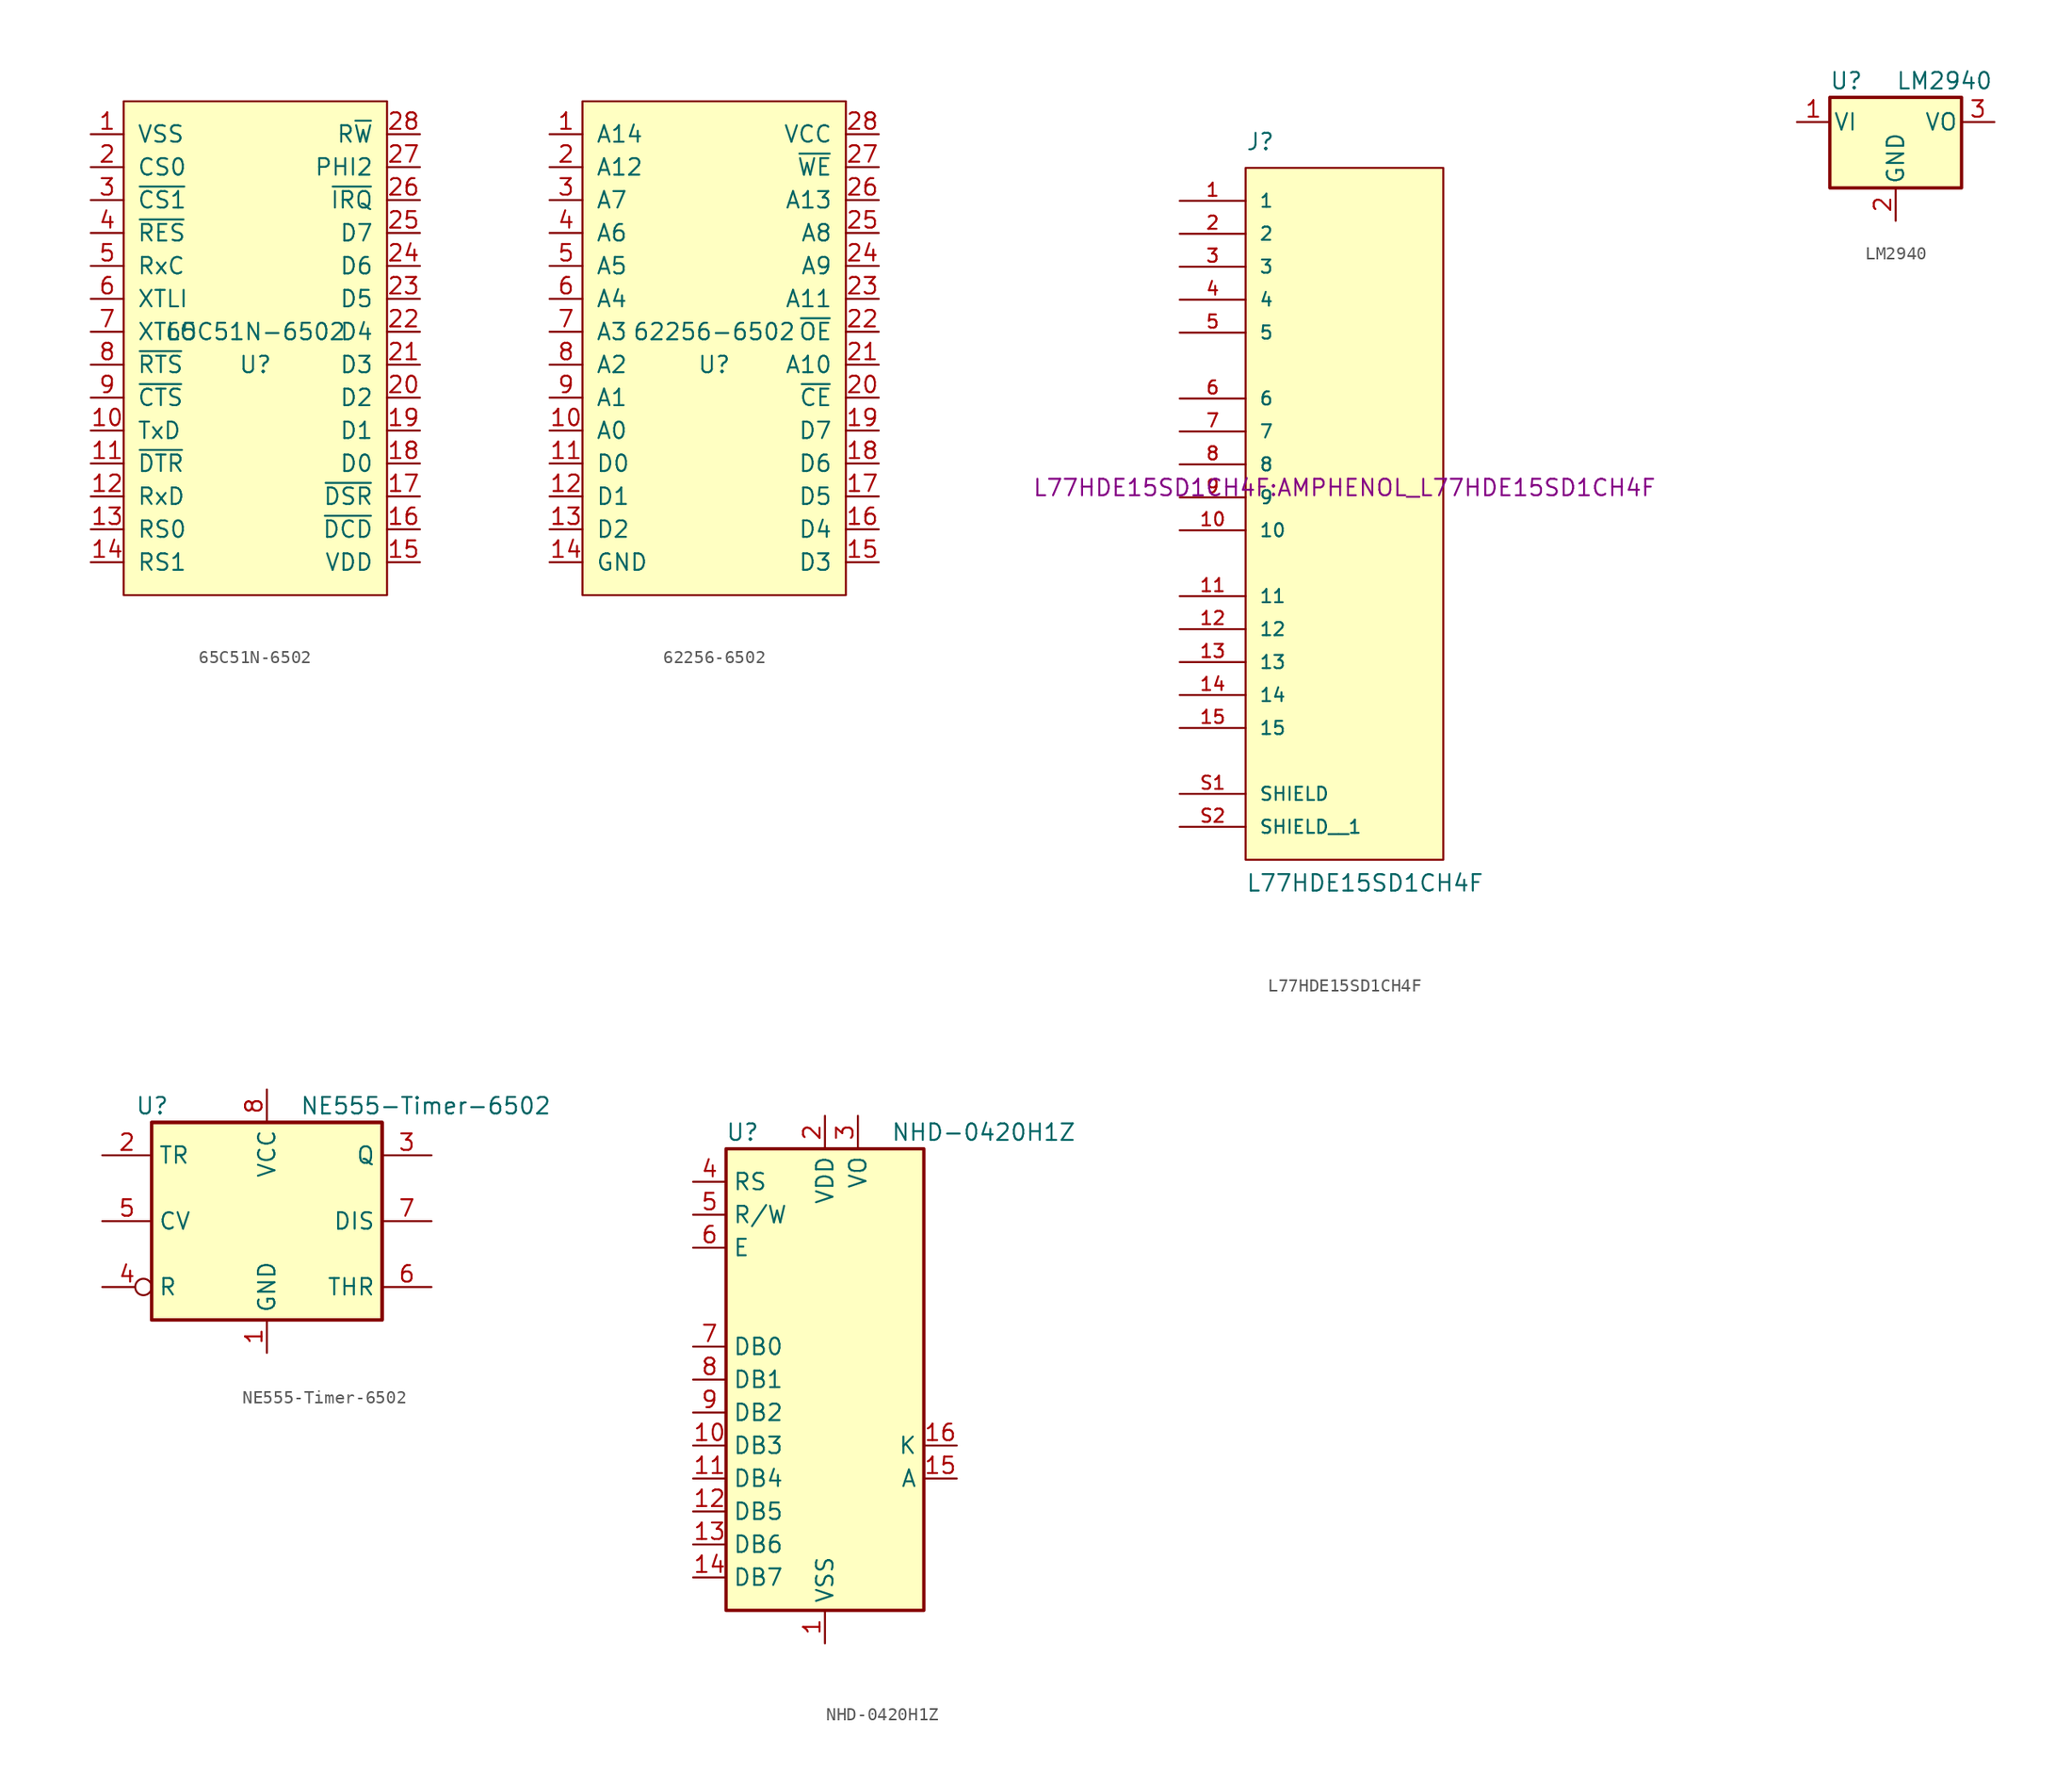
<source format=kicad_sym>
(kicad_symbol_lib
  (version 20220914)
  (generator kicad_symbol_editor)
  (symbol "65C51N-6502"
    (pin_names
      (offset 1.016))
    (property "Reference" "U"
      (at 0 -1.27 0)
      (effects (font (size 1.27 1.27))))
    (property "Value" "65C51N-6502"
      (at 0 1.27 0)
      (effects (font (size 1.27 1.27))))
    (symbol "65C51N-6502_0_1"
      (rectangle (start -10.16 19.05) (end 10.16 -19.05) (stroke (width 0) (type default)) (fill (type background))))
    (symbol "65C51N-6502_1_1"
      (pin power_in line (at -12.7 16.51 0) (length 2.54) (name "VSS" (effects (font (size 1.27 1.27)))) (number "1" (effects (font (size 1.27 1.27)))))
      (pin output line (at -12.7 -6.35 0) (length 2.54) (name "TxD" (effects (font (size 1.27 1.27)))) (number "10" (effects (font (size 1.27 1.27)))))
      (pin output line (at -12.7 -8.89 0) (length 2.54) (name "~{DTR}" (effects (font (size 1.27 1.27)))) (number "11" (effects (font (size 1.27 1.27)))))
      (pin input line (at -12.7 -11.43 0) (length 2.54) (name "RxD" (effects (font (size 1.27 1.27)))) (number "12" (effects (font (size 1.27 1.27)))))
      (pin input line (at -12.7 -13.97 0) (length 2.54) (name "RS0" (effects (font (size 1.27 1.27)))) (number "13" (effects (font (size 1.27 1.27)))))
      (pin input line (at -12.7 -16.51 0) (length 2.54) (name "RS1" (effects (font (size 1.27 1.27)))) (number "14" (effects (font (size 1.27 1.27)))))
      (pin power_in line (at 12.7 -16.51 180) (length 2.54) (name "VDD" (effects (font (size 1.27 1.27)))) (number "15" (effects (font (size 1.27 1.27)))))
      (pin input line (at 12.7 -13.97 180) (length 2.54) (name "~{DCD}" (effects (font (size 1.27 1.27)))) (number "16" (effects (font (size 1.27 1.27)))))
      (pin input line (at 12.7 -11.43 180) (length 2.54) (name "~{DSR}" (effects (font (size 1.27 1.27)))) (number "17" (effects (font (size 1.27 1.27)))))
      (pin bidirectional line (at 12.7 -8.89 180) (length 2.54) (name "D0" (effects (font (size 1.27 1.27)))) (number "18" (effects (font (size 1.27 1.27)))))
      (pin bidirectional line (at 12.7 -6.35 180) (length 2.54) (name "D1" (effects (font (size 1.27 1.27)))) (number "19" (effects (font (size 1.27 1.27)))))
      (pin input line (at -12.7 13.97 0) (length 2.54) (name "CS0" (effects (font (size 1.27 1.27)))) (number "2" (effects (font (size 1.27 1.27)))))
      (pin bidirectional line (at 12.7 -3.81 180) (length 2.54) (name "D2" (effects (font (size 1.27 1.27)))) (number "20" (effects (font (size 1.27 1.27)))))
      (pin bidirectional line (at 12.7 -1.27 180) (length 2.54) (name "D3" (effects (font (size 1.27 1.27)))) (number "21" (effects (font (size 1.27 1.27)))))
      (pin bidirectional line (at 12.7 1.27 180) (length 2.54) (name "D4" (effects (font (size 1.27 1.27)))) (number "22" (effects (font (size 1.27 1.27)))))
      (pin bidirectional line (at 12.7 3.81 180) (length 2.54) (name "D5" (effects (font (size 1.27 1.27)))) (number "23" (effects (font (size 1.27 1.27)))))
      (pin bidirectional line (at 12.7 6.35 180) (length 2.54) (name "D6" (effects (font (size 1.27 1.27)))) (number "24" (effects (font (size 1.27 1.27)))))
      (pin bidirectional line (at 12.7 8.89 180) (length 2.54) (name "D7" (effects (font (size 1.27 1.27)))) (number "25" (effects (font (size 1.27 1.27)))))
      (pin output line (at 12.7 11.43 180) (length 2.54) (name "~{IRQ}" (effects (font (size 1.27 1.27)))) (number "26" (effects (font (size 1.27 1.27)))))
      (pin input line (at 12.7 13.97 180) (length 2.54) (name "PHI2" (effects (font (size 1.27 1.27)))) (number "27" (effects (font (size 1.27 1.27)))))
      (pin input line (at 12.7 16.51 180) (length 2.54) (name "R~{W}" (effects (font (size 1.27 1.27)))) (number "28" (effects (font (size 1.27 1.27)))))
      (pin input line (at -12.7 11.43 0) (length 2.54) (name "~{CS1}" (effects (font (size 1.27 1.27)))) (number "3" (effects (font (size 1.27 1.27)))))
      (pin input line (at -12.7 8.89 0) (length 2.54) (name "~{RES}" (effects (font (size 1.27 1.27)))) (number "4" (effects (font (size 1.27 1.27)))))
      (pin bidirectional line (at -12.7 6.35 0) (length 2.54) (name "RxC" (effects (font (size 1.27 1.27)))) (number "5" (effects (font (size 1.27 1.27)))))
      (pin input line (at -12.7 3.81 0) (length 2.54) (name "XTLI" (effects (font (size 1.27 1.27)))) (number "6" (effects (font (size 1.27 1.27)))))
      (pin output line (at -12.7 1.27 0) (length 2.54) (name "XTLO" (effects (font (size 1.27 1.27)))) (number "7" (effects (font (size 1.27 1.27)))))
      (pin output line (at -12.7 -1.27 0) (length 2.54) (name "~{RTS}" (effects (font (size 1.27 1.27)))) (number "8" (effects (font (size 1.27 1.27)))))
      (pin input line (at -12.7 -3.81 0) (length 2.54) (name "~{CTS}" (effects (font (size 1.27 1.27)))) (number "9" (effects (font (size 1.27 1.27)))))))
  (symbol "62256-6502"
    (pin_names
      (offset 1.016))
    (property "Reference" "U"
      (at 0 -1.27 0)
      (effects (font (size 1.27 1.27))))
    (property "Value" "62256-6502"
      (at 0 1.27 0)
      (effects (font (size 1.27 1.27))))
    (symbol "62256-6502_0_1"
      (rectangle (start -10.16 19.05) (end 10.16 -19.05) (stroke (width 0) (type default)) (fill (type background))))
    (symbol "62256-6502_1_1"
      (pin input line (at -12.7 16.51 0) (length 2.54) (name "A14" (effects (font (size 1.27 1.27)))) (number "1" (effects (font (size 1.27 1.27)))))
      (pin input line (at -12.7 -6.35 0) (length 2.54) (name "A0" (effects (font (size 1.27 1.27)))) (number "10" (effects (font (size 1.27 1.27)))))
      (pin bidirectional line (at -12.7 -8.89 0) (length 2.54) (name "D0" (effects (font (size 1.27 1.27)))) (number "11" (effects (font (size 1.27 1.27)))))
      (pin bidirectional line (at -12.7 -11.43 0) (length 2.54) (name "D1" (effects (font (size 1.27 1.27)))) (number "12" (effects (font (size 1.27 1.27)))))
      (pin bidirectional line (at -12.7 -13.97 0) (length 2.54) (name "D2" (effects (font (size 1.27 1.27)))) (number "13" (effects (font (size 1.27 1.27)))))
      (pin power_in line (at -12.7 -16.51 0) (length 2.54) (name "GND" (effects (font (size 1.27 1.27)))) (number "14" (effects (font (size 1.27 1.27)))))
      (pin bidirectional line (at 12.7 -16.51 180) (length 2.54) (name "D3" (effects (font (size 1.27 1.27)))) (number "15" (effects (font (size 1.27 1.27)))))
      (pin bidirectional line (at 12.7 -13.97 180) (length 2.54) (name "D4" (effects (font (size 1.27 1.27)))) (number "16" (effects (font (size 1.27 1.27)))))
      (pin bidirectional line (at 12.7 -11.43 180) (length 2.54) (name "D5" (effects (font (size 1.27 1.27)))) (number "17" (effects (font (size 1.27 1.27)))))
      (pin bidirectional line (at 12.7 -8.89 180) (length 2.54) (name "D6" (effects (font (size 1.27 1.27)))) (number "18" (effects (font (size 1.27 1.27)))))
      (pin bidirectional line (at 12.7 -6.35 180) (length 2.54) (name "D7" (effects (font (size 1.27 1.27)))) (number "19" (effects (font (size 1.27 1.27)))))
      (pin input line (at -12.7 13.97 0) (length 2.54) (name "A12" (effects (font (size 1.27 1.27)))) (number "2" (effects (font (size 1.27 1.27)))))
      (pin input line (at 12.7 -3.81 180) (length 2.54) (name "~{CE}" (effects (font (size 1.27 1.27)))) (number "20" (effects (font (size 1.27 1.27)))))
      (pin input line (at 12.7 -1.27 180) (length 2.54) (name "A10" (effects (font (size 1.27 1.27)))) (number "21" (effects (font (size 1.27 1.27)))))
      (pin input line (at 12.7 1.27 180) (length 2.54) (name "~{OE}" (effects (font (size 1.27 1.27)))) (number "22" (effects (font (size 1.27 1.27)))))
      (pin input line (at 12.7 3.81 180) (length 2.54) (name "A11" (effects (font (size 1.27 1.27)))) (number "23" (effects (font (size 1.27 1.27)))))
      (pin input line (at 12.7 6.35 180) (length 2.54) (name "A9" (effects (font (size 1.27 1.27)))) (number "24" (effects (font (size 1.27 1.27)))))
      (pin input line (at 12.7 8.89 180) (length 2.54) (name "A8" (effects (font (size 1.27 1.27)))) (number "25" (effects (font (size 1.27 1.27)))))
      (pin input line (at 12.7 11.43 180) (length 2.54) (name "A13" (effects (font (size 1.27 1.27)))) (number "26" (effects (font (size 1.27 1.27)))))
      (pin input line (at 12.7 13.97 180) (length 2.54) (name "~{WE}" (effects (font (size 1.27 1.27)))) (number "27" (effects (font (size 1.27 1.27)))))
      (pin power_in line (at 12.7 16.51 180) (length 2.54) (name "VCC" (effects (font (size 1.27 1.27)))) (number "28" (effects (font (size 1.27 1.27)))))
      (pin input line (at -12.7 11.43 0) (length 2.54) (name "A7" (effects (font (size 1.27 1.27)))) (number "3" (effects (font (size 1.27 1.27)))))
      (pin input line (at -12.7 8.89 0) (length 2.54) (name "A6" (effects (font (size 1.27 1.27)))) (number "4" (effects (font (size 1.27 1.27)))))
      (pin input line (at -12.7 6.35 0) (length 2.54) (name "A5" (effects (font (size 1.27 1.27)))) (number "5" (effects (font (size 1.27 1.27)))))
      (pin input line (at -12.7 3.81 0) (length 2.54) (name "A4" (effects (font (size 1.27 1.27)))) (number "6" (effects (font (size 1.27 1.27)))))
      (pin input line (at -12.7 1.27 0) (length 2.54) (name "A3" (effects (font (size 1.27 1.27)))) (number "7" (effects (font (size 1.27 1.27)))))
      (pin input line (at -12.7 -1.27 0) (length 2.54) (name "A2" (effects (font (size 1.27 1.27)))) (number "8" (effects (font (size 1.27 1.27)))))
      (pin input line (at -12.7 -3.81 0) (length 2.54) (name "A1" (effects (font (size 1.27 1.27)))) (number "9" (effects (font (size 1.27 1.27)))))))
  (symbol "L77HDE15SD1CH4F"
    (pin_names
      (offset 1.016))
    (property "Reference" "J"
      (at -7.62 26.67 0)
      (effects (font (size 1.27 1.27)) (justify left bottom)))
    (property "Value" "L77HDE15SD1CH4F"
      (at -7.62 -30.48 0)
      (effects (font (size 1.27 1.27)) (justify left bottom)))
    (property "Footprint" "L77HDE15SD1CH4F:AMPHENOL_L77HDE15SD1CH4F"
      (at 0 0 0)
      (effects (font (size 1.27 1.27)) (justify bottom)))
    (symbol "L77HDE15SD1CH4F_0_0"
      (rectangle (start -7.62 -27.94) (end 7.62 25.4) (stroke (width 0.152) (type default)) (fill (type background)))
      (pin passive line (at -12.7 22.86 0) (length 5.08) (name "1" (effects (font (size 1.016 1.016)))) (number "1" (effects (font (size 1.016 1.016)))))
      (pin passive line (at -12.7 -2.54 0) (length 5.08) (name "10" (effects (font (size 1.016 1.016)))) (number "10" (effects (font (size 1.016 1.016)))))
      (pin passive line (at -12.7 -7.62 0) (length 5.08) (name "11" (effects (font (size 1.016 1.016)))) (number "11" (effects (font (size 1.016 1.016)))))
      (pin passive line (at -12.7 -10.16 0) (length 5.08) (name "12" (effects (font (size 1.016 1.016)))) (number "12" (effects (font (size 1.016 1.016)))))
      (pin passive line (at -12.7 -12.7 0) (length 5.08) (name "13" (effects (font (size 1.016 1.016)))) (number "13" (effects (font (size 1.016 1.016)))))
      (pin passive line (at -12.7 -15.24 0) (length 5.08) (name "14" (effects (font (size 1.016 1.016)))) (number "14" (effects (font (size 1.016 1.016)))))
      (pin passive line (at -12.7 -17.78 0) (length 5.08) (name "15" (effects (font (size 1.016 1.016)))) (number "15" (effects (font (size 1.016 1.016)))))
      (pin passive line (at -12.7 20.32 0) (length 5.08) (name "2" (effects (font (size 1.016 1.016)))) (number "2" (effects (font (size 1.016 1.016)))))
      (pin passive line (at -12.7 17.78 0) (length 5.08) (name "3" (effects (font (size 1.016 1.016)))) (number "3" (effects (font (size 1.016 1.016)))))
      (pin passive line (at -12.7 15.24 0) (length 5.08) (name "4" (effects (font (size 1.016 1.016)))) (number "4" (effects (font (size 1.016 1.016)))))
      (pin passive line (at -12.7 12.7 0) (length 5.08) (name "5" (effects (font (size 1.016 1.016)))) (number "5" (effects (font (size 1.016 1.016)))))
      (pin passive line (at -12.7 7.62 0) (length 5.08) (name "6" (effects (font (size 1.016 1.016)))) (number "6" (effects (font (size 1.016 1.016)))))
      (pin passive line (at -12.7 5.08 0) (length 5.08) (name "7" (effects (font (size 1.016 1.016)))) (number "7" (effects (font (size 1.016 1.016)))))
      (pin passive line (at -12.7 2.54 0) (length 5.08) (name "8" (effects (font (size 1.016 1.016)))) (number "8" (effects (font (size 1.016 1.016)))))
      (pin passive line (at -12.7 0 0) (length 5.08) (name "9" (effects (font (size 1.016 1.016)))) (number "9" (effects (font (size 1.016 1.016)))))
      (pin passive line (at -12.7 -22.86 0) (length 5.08) (name "SHIELD" (effects (font (size 1.016 1.016)))) (number "S1" (effects (font (size 1.016 1.016)))))
      (pin passive line (at -12.7 -25.4 0) (length 5.08) (name "SHIELD__1" (effects (font (size 1.016 1.016)))) (number "S2" (effects (font (size 1.016 1.016)))))))
  (symbol "LM2940"
    (pin_names
      (offset 0.254))
    (property "Reference" "U"
      (at -3.81 3.175 0)
      (effects (font (size 1.27 1.27))))
    (property "Value" "LM2940"
      (at 0 3.175 0)
      (effects (font (size 1.27 1.27)) (justify left)))
    (symbol "LM2940_0_1"
      (rectangle (start -5.08 1.905) (end 5.08 -5.08) (stroke (width 0.254) (type default)) (fill (type background))))
    (symbol "LM2940_1_1"
      (pin passive line (at -7.62 0 0) (length 2.54) (name "VI" (effects (font (size 1.27 1.27)))) (number "1" (effects (font (size 1.27 1.27)))))
      (pin power_in line (at 0 -7.62 90) (length 2.54) (name "GND" (effects (font (size 1.27 1.27)))) (number "2" (effects (font (size 1.27 1.27)))))
      (pin power_out line (at 7.62 0 180) (length 2.54) (name "VO" (effects (font (size 1.27 1.27)))) (number "3" (effects (font (size 1.27 1.27)))))))
  (symbol "NE555-Timer-6502"
    (property "Reference" "U"
      (at -10.16 8.89 0)
      (effects (font (size 1.27 1.27)) (justify left)))
    (property "Value" "NE555-Timer-6502"
      (at 2.54 8.89 0)
      (effects (font (size 1.27 1.27)) (justify left)))
    (symbol "NE555-Timer-6502_0_0"
      (pin power_in line (at 0 -10.16 90) (length 2.54) (name "GND" (effects (font (size 1.27 1.27)))) (number "1" (effects (font (size 1.27 1.27)))))
      (pin power_in line (at 0 10.16 270) (length 2.54) (name "VCC" (effects (font (size 1.27 1.27)))) (number "8" (effects (font (size 1.27 1.27))))))
    (symbol "NE555-Timer-6502_0_1"
      (rectangle (start -8.89 -7.62) (end 8.89 7.62) (stroke (width 0.254) (type default)) (fill (type background)))
      (rectangle (start -8.89 -7.62) (end 8.89 7.62) (stroke (width 0.254) (type default)) (fill (type background))))
    (symbol "NE555-Timer-6502_1_1"
      (pin input line (at -12.7 5.08 0) (length 3.81) (name "TR" (effects (font (size 1.27 1.27)))) (number "2" (effects (font (size 1.27 1.27)))))
      (pin output line (at 12.7 5.08 180) (length 3.81) (name "Q" (effects (font (size 1.27 1.27)))) (number "3" (effects (font (size 1.27 1.27)))))
      (pin input inverted (at -12.7 -5.08 0) (length 3.81) (name "R" (effects (font (size 1.27 1.27)))) (number "4" (effects (font (size 1.27 1.27)))))
      (pin input line (at -12.7 0 0) (length 3.81) (name "CV" (effects (font (size 1.27 1.27)))) (number "5" (effects (font (size 1.27 1.27)))))
      (pin input line (at 12.7 -5.08 180) (length 3.81) (name "THR" (effects (font (size 1.27 1.27)))) (number "6" (effects (font (size 1.27 1.27)))))
      (pin input line (at 12.7 0 180) (length 3.81) (name "DIS" (effects (font (size 1.27 1.27)))) (number "7" (effects (font (size 1.27 1.27)))))))
  (symbol "NHD-0420H1Z"
    (property "Reference" "U"
      (at -6.35 19.05 0)
      (effects (font (size 1.27 1.27))))
    (property "Value" "NHD-0420H1Z"
      (at 5.08 19.05 0)
      (effects (font (size 1.27 1.27)) (justify left)))
    (symbol "NHD-0420H1Z_0_1"
      (rectangle (start -7.62 17.78) (end 7.62 -17.78) (stroke (width 0.254) (type default)) (fill (type background))))
    (symbol "NHD-0420H1Z_1_1"
      (pin power_in line (at 0 -20.32 90) (length 2.54) (name "VSS" (effects (font (size 1.27 1.27)))) (number "1" (effects (font (size 1.27 1.27)))))
      (pin bidirectional line (at -10.16 -5.08 0) (length 2.54) (name "DB3" (effects (font (size 1.27 1.27)))) (number "10" (effects (font (size 1.27 1.27)))))
      (pin bidirectional line (at -10.16 -7.62 0) (length 2.54) (name "DB4" (effects (font (size 1.27 1.27)))) (number "11" (effects (font (size 1.27 1.27)))))
      (pin bidirectional line (at -10.16 -10.16 0) (length 2.54) (name "DB5" (effects (font (size 1.27 1.27)))) (number "12" (effects (font (size 1.27 1.27)))))
      (pin bidirectional line (at -10.16 -12.7 0) (length 2.54) (name "DB6" (effects (font (size 1.27 1.27)))) (number "13" (effects (font (size 1.27 1.27)))))
      (pin bidirectional line (at -10.16 -15.24 0) (length 2.54) (name "DB7" (effects (font (size 1.27 1.27)))) (number "14" (effects (font (size 1.27 1.27)))))
      (pin passive line (at 10.16 -7.62 180) (length 2.54) (name "A" (effects (font (size 1.27 1.27)))) (number "15" (effects (font (size 1.27 1.27)))))
      (pin passive line (at 10.16 -5.08 180) (length 2.54) (name "K" (effects (font (size 1.27 1.27)))) (number "16" (effects (font (size 1.27 1.27)))))
      (pin power_in line (at 0 20.32 270) (length 2.54) (name "VDD" (effects (font (size 1.27 1.27)))) (number "2" (effects (font (size 1.27 1.27)))))
      (pin passive line (at 2.54 20.32 270) (length 2.54) (name "VO" (effects (font (size 1.27 1.27)))) (number "3" (effects (font (size 1.27 1.27)))))
      (pin input line (at -10.16 15.24 0) (length 2.54) (name "RS" (effects (font (size 1.27 1.27)))) (number "4" (effects (font (size 1.27 1.27)))))
      (pin input line (at -10.16 12.7 0) (length 2.54) (name "R/W" (effects (font (size 1.27 1.27)))) (number "5" (effects (font (size 1.27 1.27)))))
      (pin input line (at -10.16 10.16 0) (length 2.54) (name "E" (effects (font (size 1.27 1.27)))) (number "6" (effects (font (size 1.27 1.27)))))
      (pin bidirectional line (at -10.16 2.54 0) (length 2.54) (name "DB0" (effects (font (size 1.27 1.27)))) (number "7" (effects (font (size 1.27 1.27)))))
      (pin bidirectional line (at -10.16 0 0) (length 2.54) (name "DB1" (effects (font (size 1.27 1.27)))) (number "8" (effects (font (size 1.27 1.27)))))
      (pin bidirectional line (at -10.16 -2.54 0) (length 2.54) (name "DB2" (effects (font (size 1.27 1.27)))) (number "9" (effects (font (size 1.27 1.27))))))))
</source>
